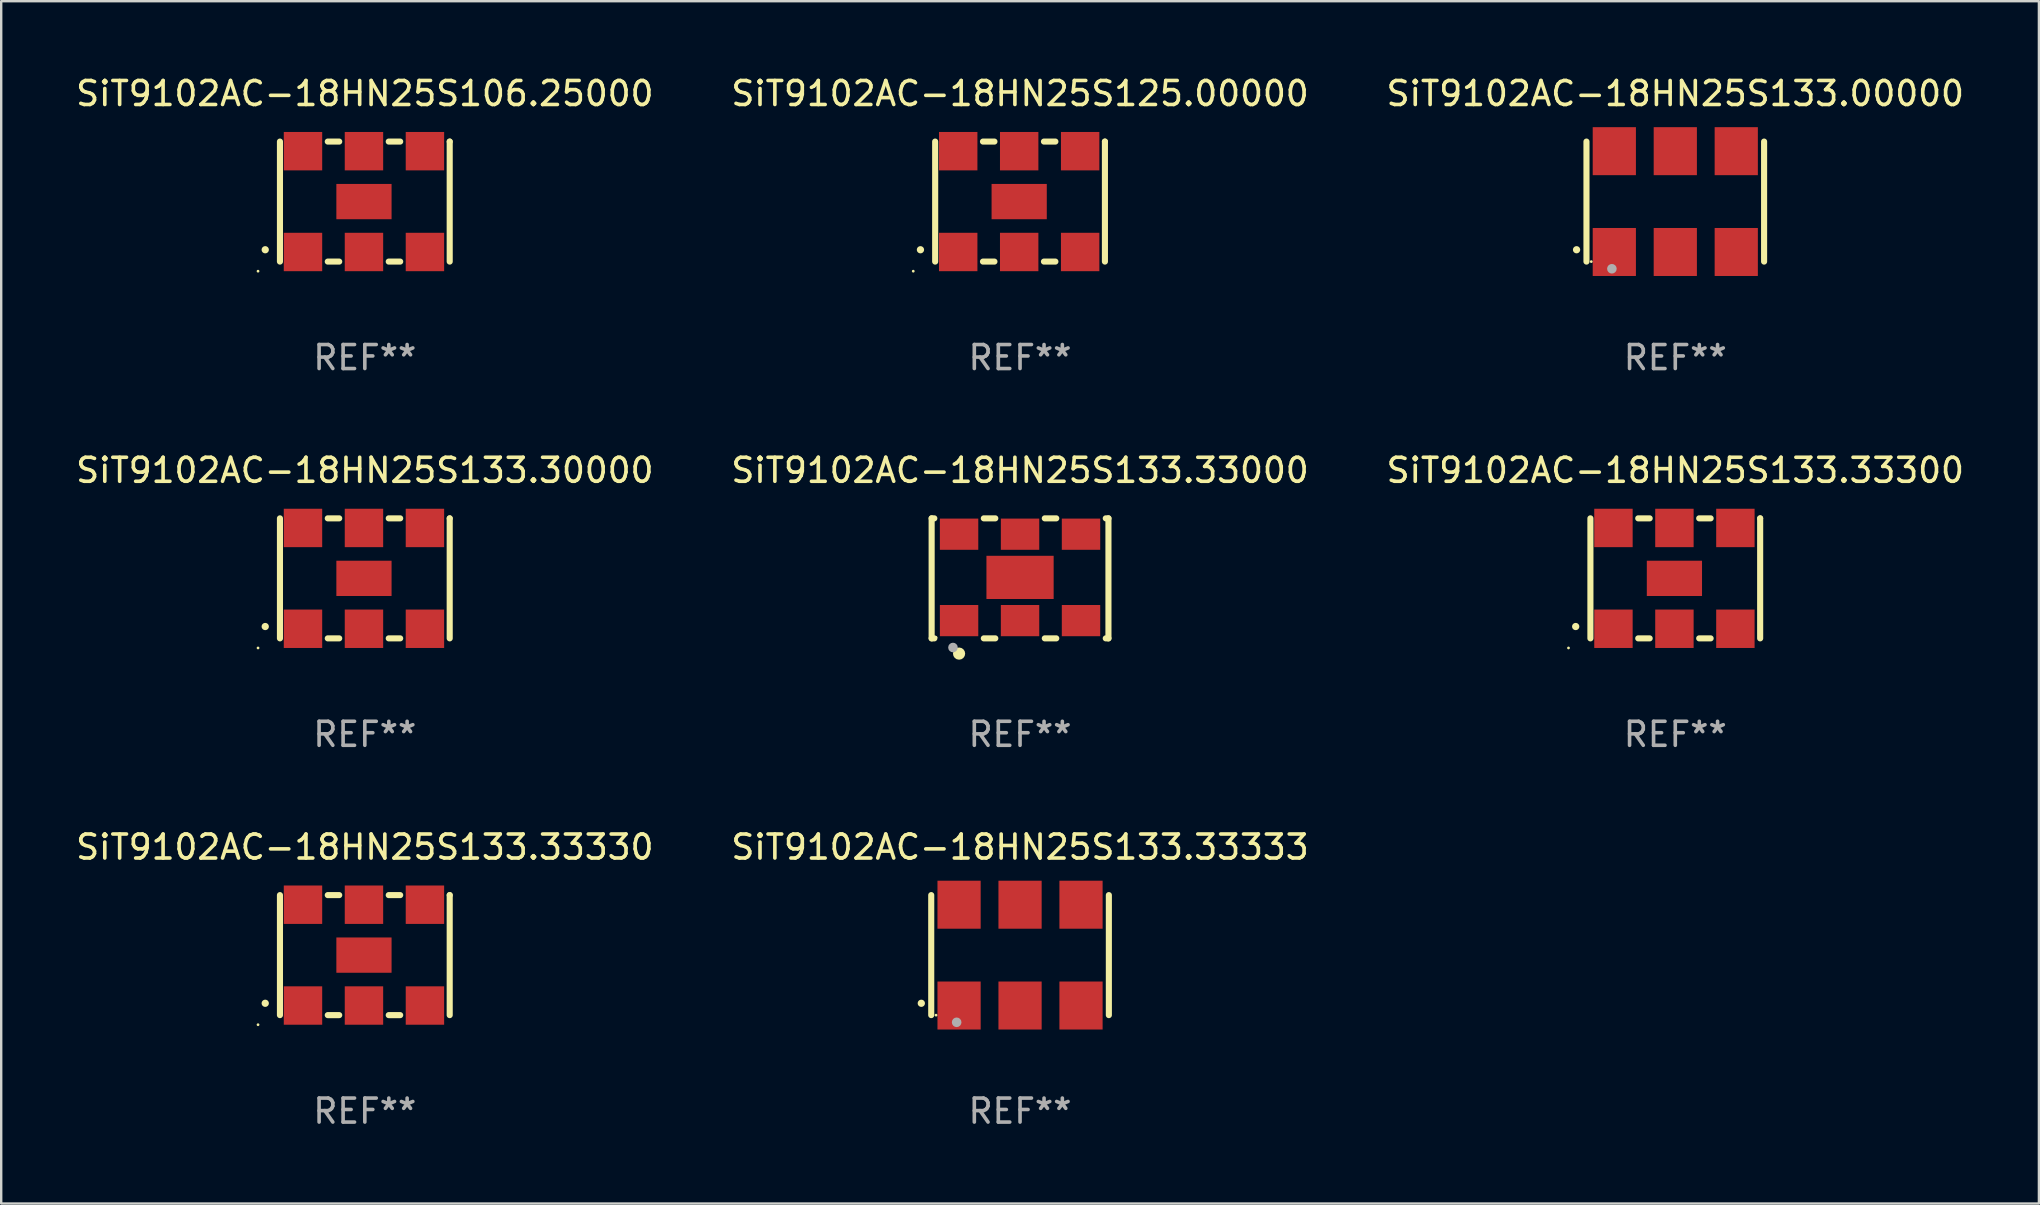
<source format=kicad_pcb>
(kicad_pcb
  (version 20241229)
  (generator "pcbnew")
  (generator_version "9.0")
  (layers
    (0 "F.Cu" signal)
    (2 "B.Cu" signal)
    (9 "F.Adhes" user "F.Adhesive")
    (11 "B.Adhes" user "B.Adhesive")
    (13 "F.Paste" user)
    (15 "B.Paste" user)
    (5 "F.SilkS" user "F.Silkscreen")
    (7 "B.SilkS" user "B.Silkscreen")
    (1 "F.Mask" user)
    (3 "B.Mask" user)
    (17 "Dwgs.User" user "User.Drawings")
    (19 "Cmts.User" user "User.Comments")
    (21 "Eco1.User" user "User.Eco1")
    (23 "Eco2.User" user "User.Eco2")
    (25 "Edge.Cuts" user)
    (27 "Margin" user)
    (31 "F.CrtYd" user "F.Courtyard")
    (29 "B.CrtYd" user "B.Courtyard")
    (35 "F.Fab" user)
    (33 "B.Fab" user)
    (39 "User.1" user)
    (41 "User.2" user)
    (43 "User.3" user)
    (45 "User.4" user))
  (footprint "SiT9102AC-18HN25S133.00000"
    (layer "F.Cu")
    (at 66.744 5.348)
    (property "Reference" "SiT9102AC-18HN25S133.00000" (at 0 -4.5 0) (layer "F.SilkS") (effects (font (size 1 1) (thickness 0.15))))
    (attr through_hole)
    (fp_line (start -3.7 -2.5) (end -3.7 2.5) (stroke (width 0.254) (type solid)) (layer "F.SilkS"))
    (fp_line (start 3.7 -2.5) (end 3.7 2.5) (stroke (width 0.254) (type solid)) (layer "F.SilkS"))
    (fp_arc (start -4.114415 2.006604) (mid -4.113145 2.006599) (end -4.111875 2.006604) (stroke (width 0.3) (type solid)) (layer "F.SilkS"))
    (fp_circle (center -3.5 2.501) (end -3.47 2.501) (stroke (width 0.06) (type solid)) (fill no) (layer "F.SilkS"))
    (fp_circle (center -2.641 2.799) (end -2.541 2.799) (stroke (width 0.2) (type solid)) (fill no) (layer "F.Fab"))
    (fp_text user "REF**" (at 0 6.5 0) (layer "F.Fab") (effects (font (size 1 1) (thickness 0.15))))
    (pad "1" smd rect (at -2.54 2.1) (size 1.8 2) (layers "F.Cu" "F.Mask" "F.Paste"))
    (pad "2" smd rect (at 0.000394 2.1) (size 1.8 2) (layers "F.Cu" "F.Mask" "F.Paste"))
    (pad "3" smd rect (at 2.54 2.1) (size 1.8 2) (layers "F.Cu" "F.Mask" "F.Paste"))
    (pad "4" smd rect (at 2.54 -2.1) (size 1.8 2) (layers "F.Cu" "F.Mask" "F.Paste"))
    (pad "5" smd rect (at 0.000394 -2.1) (size 1.8 2) (layers "F.Cu" "F.Mask" "F.Paste"))
    (pad "6" smd rect (at -2.54 -2.1) (size 1.8 2) (layers "F.Cu" "F.Mask" "F.Paste")))
  (footprint "SiT9102AC-18HN25S133.33333"
    (layer "F.Cu")
    (at 39.446 36.741)
    (property "Reference" "SiT9102AC-18HN25S133.33333" (at 0 -4.5 0) (layer "F.SilkS") (effects (font (size 1 1) (thickness 0.15))))
    (attr through_hole)
    (fp_line (start -3.7 -2.5) (end -3.7 2.5) (stroke (width 0.254) (type solid)) (layer "F.SilkS"))
    (fp_line (start 3.7 -2.5) (end 3.7 2.5) (stroke (width 0.254) (type solid)) (layer "F.SilkS"))
    (fp_arc (start -4.114415 2.006604) (mid -4.113145 2.006599) (end -4.111875 2.006604) (stroke (width 0.3) (type solid)) (layer "F.SilkS"))
    (fp_circle (center -3.5 2.501) (end -3.47 2.501) (stroke (width 0.06) (type solid)) (fill no) (layer "F.SilkS"))
    (fp_circle (center -2.641 2.799) (end -2.541 2.799) (stroke (width 0.2) (type solid)) (fill no) (layer "F.Fab"))
    (fp_text user "REF**" (at 0 6.5 0) (layer "F.Fab") (effects (font (size 1 1) (thickness 0.15))))
    (pad "1" smd rect (at -2.54 2.1) (size 1.8 2) (layers "F.Cu" "F.Mask" "F.Paste"))
    (pad "2" smd rect (at 0.000394 2.1) (size 1.8 2) (layers "F.Cu" "F.Mask" "F.Paste"))
    (pad "3" smd rect (at 2.54 2.1) (size 1.8 2) (layers "F.Cu" "F.Mask" "F.Paste"))
    (pad "4" smd rect (at 2.54 -2.1) (size 1.8 2) (layers "F.Cu" "F.Mask" "F.Paste"))
    (pad "5" smd rect (at 0.000394 -2.1) (size 1.8 2) (layers "F.Cu" "F.Mask" "F.Paste"))
    (pad "6" smd rect (at -2.54 -2.1) (size 1.8 2) (layers "F.Cu" "F.Mask" "F.Paste")))
  (footprint "SiT9102AC-18HN25S133.33300"
    (layer "F.Cu")
    (at 66.744 21.045)
    (property "Reference" "SiT9102AC-18HN25S133.33300" (at 0 -4.5 0) (layer "F.SilkS") (effects (font (size 1 1) (thickness 0.15))))
    (attr through_hole)
    (fp_line (start -3.536 -2.5) (end -3.536 2.5) (stroke (width 0.254) (type solid)) (layer "F.SilkS"))
    (fp_line (start -1.544 2.5) (end -1.067 2.5) (stroke (width 0.254) (type solid)) (layer "F.SilkS"))
    (fp_line (start -1.067 -2.5) (end -1.544 -2.5) (stroke (width 0.254) (type solid)) (layer "F.SilkS"))
    (fp_line (start 0.996 2.5) (end 1.473 2.5) (stroke (width 0.254) (type solid)) (layer "F.SilkS"))
    (fp_line (start 1.473 -2.5) (end 0.996 -2.5) (stroke (width 0.254) (type solid)) (layer "F.SilkS"))
    (fp_line (start 3.536 -2.5) (end 3.536 -2.5) (stroke (width 0.254) (type solid)) (layer "F.SilkS"))
    (fp_line (start 3.536 2.5) (end 3.536 -2.5) (stroke (width 0.254) (type solid)) (layer "F.SilkS"))
    (fp_arc (start -4.150432 2.006604) (mid -4.149162 2.006599) (end -4.147892 2.006604) (stroke (width 0.3) (type solid)) (layer "F.SilkS"))
    (fp_circle (center -4.449 2.9) (end -4.419 2.9) (stroke (width 0.06) (type solid)) (fill no) (layer "F.SilkS"))
    (fp_text user "REF**" (at 0 6.5 0) (layer "F.Fab") (effects (font (size 1 1) (thickness 0.15))))
    (pad "1" smd rect (at -2.576 2.1) (size 1.6 1.6) (layers "F.Cu" "F.Mask" "F.Paste"))
    (pad "2" smd rect (at -0.036 2.1) (size 1.6 1.6) (layers "F.Cu" "F.Mask" "F.Paste"))
    (pad "3" smd rect (at 2.504 2.1) (size 1.6 1.6) (layers "F.Cu" "F.Mask" "F.Paste"))
    (pad "4" smd rect (at 2.504 -2.1) (size 1.6 1.6) (layers "F.Cu" "F.Mask" "F.Paste"))
    (pad "5" smd rect (at -0.036 -2.1) (size 1.6 1.6) (layers "F.Cu" "F.Mask" "F.Paste"))
    (pad "6" smd rect (at -2.576 -2.1) (size 1.6 1.6) (layers "F.Cu" "F.Mask" "F.Paste"))
    (pad "7" smd rect (at -0.036 0) (size 2.3 1.47) (layers "F.Cu" "F.Mask" "F.Paste")))
  (footprint "SiT9102AC-18HN25S133.30000"
    (layer "F.Cu")
    (at 12.149 21.045)
    (property "Reference" "SiT9102AC-18HN25S133.30000" (at 0 -4.5 0) (layer "F.SilkS") (effects (font (size 1 1) (thickness 0.15))))
    (attr through_hole)
    (fp_line (start -3.536 -2.5) (end -3.536 2.5) (stroke (width 0.254) (type solid)) (layer "F.SilkS"))
    (fp_line (start -1.544 2.5) (end -1.067 2.5) (stroke (width 0.254) (type solid)) (layer "F.SilkS"))
    (fp_line (start -1.067 -2.5) (end -1.544 -2.5) (stroke (width 0.254) (type solid)) (layer "F.SilkS"))
    (fp_line (start 0.996 2.5) (end 1.473 2.5) (stroke (width 0.254) (type solid)) (layer "F.SilkS"))
    (fp_line (start 1.473 -2.5) (end 0.996 -2.5) (stroke (width 0.254) (type solid)) (layer "F.SilkS"))
    (fp_line (start 3.536 -2.5) (end 3.536 -2.5) (stroke (width 0.254) (type solid)) (layer "F.SilkS"))
    (fp_line (start 3.536 2.5) (end 3.536 -2.5) (stroke (width 0.254) (type solid)) (layer "F.SilkS"))
    (fp_arc (start -4.150432 2.006604) (mid -4.149162 2.006599) (end -4.147892 2.006604) (stroke (width 0.3) (type solid)) (layer "F.SilkS"))
    (fp_circle (center -4.449 2.9) (end -4.419 2.9) (stroke (width 0.06) (type solid)) (fill no) (layer "F.SilkS"))
    (fp_text user "REF**" (at 0 6.5 0) (layer "F.Fab") (effects (font (size 1 1) (thickness 0.15))))
    (pad "1" smd rect (at -2.576 2.1) (size 1.6 1.6) (layers "F.Cu" "F.Mask" "F.Paste"))
    (pad "2" smd rect (at -0.036 2.1) (size 1.6 1.6) (layers "F.Cu" "F.Mask" "F.Paste"))
    (pad "3" smd rect (at 2.504 2.1) (size 1.6 1.6) (layers "F.Cu" "F.Mask" "F.Paste"))
    (pad "4" smd rect (at 2.504 -2.1) (size 1.6 1.6) (layers "F.Cu" "F.Mask" "F.Paste"))
    (pad "5" smd rect (at -0.036 -2.1) (size 1.6 1.6) (layers "F.Cu" "F.Mask" "F.Paste"))
    (pad "6" smd rect (at -2.576 -2.1) (size 1.6 1.6) (layers "F.Cu" "F.Mask" "F.Paste"))
    (pad "7" smd rect (at -0.036 0) (size 2.3 1.47) (layers "F.Cu" "F.Mask" "F.Paste")))
  (footprint "SiT9102AC-18HN25S133.33000"
    (layer "F.Cu")
    (at 39.446 21.045)
    (property "Reference" "SiT9102AC-18HN25S133.33000" (at 0 -4.5 0) (layer "F.SilkS") (effects (font (size 1 1) (thickness 0.15))))
    (attr through_hole)
    (fp_line (start -3.683 -2.5) (end -3.571 -2.5) (stroke (width 0.254) (type solid)) (layer "F.SilkS"))
    (fp_line (start -3.683 2.5) (end -3.683 -2.5) (stroke (width 0.254) (type solid)) (layer "F.SilkS"))
    (fp_line (start -3.683 2.5) (end -3.571 2.5) (stroke (width 0.254) (type solid)) (layer "F.SilkS"))
    (fp_line (start -1.509 -2.5) (end -1.031 -2.5) (stroke (width 0.254) (type solid)) (layer "F.SilkS"))
    (fp_line (start -1.509 2.5) (end -1.031 2.5) (stroke (width 0.254) (type solid)) (layer "F.SilkS"))
    (fp_line (start 1.031 -2.5) (end 1.509 -2.5) (stroke (width 0.254) (type solid)) (layer "F.SilkS"))
    (fp_line (start 1.031 2.5) (end 1.509 2.5) (stroke (width 0.254) (type solid)) (layer "F.SilkS"))
    (fp_line (start 3.571 -2.5) (end 3.683 -2.5) (stroke (width 0.254) (type solid)) (layer "F.SilkS"))
    (fp_line (start 3.571 2.5) (end 3.683 2.5) (stroke (width 0.254) (type solid)) (layer "F.SilkS"))
    (fp_line (start 3.683 2.5) (end 3.683 -2.5) (stroke (width 0.254) (type solid)) (layer "F.SilkS"))
    (fp_circle (center -3.5 2.46) (end -3.47 2.46) (stroke (width 0.06) (type solid)) (fill no) (layer "F.SilkS"))
    (fp_circle (center -2.54 3.135) (end -2.413 3.135) (stroke (width 0.254) (type solid)) (fill no) (layer "F.SilkS"))
    (fp_circle (center -2.794 2.881) (end -2.694 2.881) (stroke (width 0.2) (type solid)) (fill no) (layer "F.Fab"))
    (fp_text user "REF**" (at 0 6.5 0) (layer "F.Fab") (effects (font (size 1 1) (thickness 0.15))))
    (pad "1" smd rect (at -2.54 1.76) (size 1.6 1.3) (layers "F.Cu" "F.Mask" "F.Paste"))
    (pad "2" smd rect (at 0 1.76) (size 1.6 1.3) (layers "F.Cu" "F.Mask" "F.Paste"))
    (pad "3" smd rect (at 2.54 1.76) (size 1.6 1.3) (layers "F.Cu" "F.Mask" "F.Paste"))
    (pad "4" smd rect (at 2.54 -1.84) (size 1.6 1.3) (layers "F.Cu" "F.Mask" "F.Paste"))
    (pad "5" smd rect (at 0 -1.84) (size 1.6 1.3) (layers "F.Cu" "F.Mask" "F.Paste"))
    (pad "6" smd rect (at -2.54 -1.84) (size 1.6 1.3) (layers "F.Cu" "F.Mask" "F.Paste"))
    (pad "7" smd rect (at 0 -0.04) (size 2.8 1.8) (layers "F.Cu" "F.Mask" "F.Paste")))
  (footprint "SiT9102AC-18HN25S133.33330"
    (layer "F.Cu")
    (at 12.149 36.741)
    (property "Reference" "SiT9102AC-18HN25S133.33330" (at 0 -4.5 0) (layer "F.SilkS") (effects (font (size 1 1) (thickness 0.15))))
    (attr through_hole)
    (fp_line (start -3.536 -2.5) (end -3.536 2.5) (stroke (width 0.254) (type solid)) (layer "F.SilkS"))
    (fp_line (start -1.544 2.5) (end -1.067 2.5) (stroke (width 0.254) (type solid)) (layer "F.SilkS"))
    (fp_line (start -1.067 -2.5) (end -1.544 -2.5) (stroke (width 0.254) (type solid)) (layer "F.SilkS"))
    (fp_line (start 0.996 2.5) (end 1.473 2.5) (stroke (width 0.254) (type solid)) (layer "F.SilkS"))
    (fp_line (start 1.473 -2.5) (end 0.996 -2.5) (stroke (width 0.254) (type solid)) (layer "F.SilkS"))
    (fp_line (start 3.536 -2.5) (end 3.536 -2.5) (stroke (width 0.254) (type solid)) (layer "F.SilkS"))
    (fp_line (start 3.536 2.5) (end 3.536 -2.5) (stroke (width 0.254) (type solid)) (layer "F.SilkS"))
    (fp_arc (start -4.150432 2.006604) (mid -4.149162 2.006599) (end -4.147892 2.006604) (stroke (width 0.3) (type solid)) (layer "F.SilkS"))
    (fp_circle (center -4.449 2.9) (end -4.419 2.9) (stroke (width 0.06) (type solid)) (fill no) (layer "F.SilkS"))
    (fp_text user "REF**" (at 0 6.5 0) (layer "F.Fab") (effects (font (size 1 1) (thickness 0.15))))
    (pad "1" smd rect (at -2.576 2.1) (size 1.6 1.6) (layers "F.Cu" "F.Mask" "F.Paste"))
    (pad "2" smd rect (at -0.036 2.1) (size 1.6 1.6) (layers "F.Cu" "F.Mask" "F.Paste"))
    (pad "3" smd rect (at 2.504 2.1) (size 1.6 1.6) (layers "F.Cu" "F.Mask" "F.Paste"))
    (pad "4" smd rect (at 2.504 -2.1) (size 1.6 1.6) (layers "F.Cu" "F.Mask" "F.Paste"))
    (pad "5" smd rect (at -0.036 -2.1) (size 1.6 1.6) (layers "F.Cu" "F.Mask" "F.Paste"))
    (pad "6" smd rect (at -2.576 -2.1) (size 1.6 1.6) (layers "F.Cu" "F.Mask" "F.Paste"))
    (pad "7" smd rect (at -0.036 0) (size 2.3 1.47) (layers "F.Cu" "F.Mask" "F.Paste")))
  (footprint "SiT9102AC-18HN25S106.25000"
    (layer "F.Cu")
    (at 12.149 5.348)
    (property "Reference" "SiT9102AC-18HN25S106.25000" (at 0 -4.5 0) (layer "F.SilkS") (effects (font (size 1 1) (thickness 0.15))))
    (attr through_hole)
    (fp_line (start -3.536 -2.5) (end -3.536 2.5) (stroke (width 0.254) (type solid)) (layer "F.SilkS"))
    (fp_line (start -1.544 2.5) (end -1.067 2.5) (stroke (width 0.254) (type solid)) (layer "F.SilkS"))
    (fp_line (start -1.067 -2.5) (end -1.544 -2.5) (stroke (width 0.254) (type solid)) (layer "F.SilkS"))
    (fp_line (start 0.996 2.5) (end 1.473 2.5) (stroke (width 0.254) (type solid)) (layer "F.SilkS"))
    (fp_line (start 1.473 -2.5) (end 0.996 -2.5) (stroke (width 0.254) (type solid)) (layer "F.SilkS"))
    (fp_line (start 3.536 -2.5) (end 3.536 -2.5) (stroke (width 0.254) (type solid)) (layer "F.SilkS"))
    (fp_line (start 3.536 2.5) (end 3.536 -2.5) (stroke (width 0.254) (type solid)) (layer "F.SilkS"))
    (fp_arc (start -4.150432 2.006604) (mid -4.149162 2.006599) (end -4.147892 2.006604) (stroke (width 0.3) (type solid)) (layer "F.SilkS"))
    (fp_circle (center -4.449 2.9) (end -4.419 2.9) (stroke (width 0.06) (type solid)) (fill no) (layer "F.SilkS"))
    (fp_text user "REF**" (at 0 6.5 0) (layer "F.Fab") (effects (font (size 1 1) (thickness 0.15))))
    (pad "1" smd rect (at -2.576 2.1) (size 1.6 1.6) (layers "F.Cu" "F.Mask" "F.Paste"))
    (pad "2" smd rect (at -0.036 2.1) (size 1.6 1.6) (layers "F.Cu" "F.Mask" "F.Paste"))
    (pad "3" smd rect (at 2.504 2.1) (size 1.6 1.6) (layers "F.Cu" "F.Mask" "F.Paste"))
    (pad "4" smd rect (at 2.504 -2.1) (size 1.6 1.6) (layers "F.Cu" "F.Mask" "F.Paste"))
    (pad "5" smd rect (at -0.036 -2.1) (size 1.6 1.6) (layers "F.Cu" "F.Mask" "F.Paste"))
    (pad "6" smd rect (at -2.576 -2.1) (size 1.6 1.6) (layers "F.Cu" "F.Mask" "F.Paste"))
    (pad "7" smd rect (at -0.036 0) (size 2.3 1.47) (layers "F.Cu" "F.Mask" "F.Paste")))
  (footprint "SiT9102AC-18HN25S125.00000"
    (layer "F.Cu")
    (at 39.446 5.348)
    (property "Reference" "SiT9102AC-18HN25S125.00000" (at 0 -4.5 0) (layer "F.SilkS") (effects (font (size 1 1) (thickness 0.15))))
    (attr through_hole)
    (fp_line (start -3.536 -2.5) (end -3.536 2.5) (stroke (width 0.254) (type solid)) (layer "F.SilkS"))
    (fp_line (start -1.544 2.5) (end -1.067 2.5) (stroke (width 0.254) (type solid)) (layer "F.SilkS"))
    (fp_line (start -1.067 -2.5) (end -1.544 -2.5) (stroke (width 0.254) (type solid)) (layer "F.SilkS"))
    (fp_line (start 0.996 2.5) (end 1.473 2.5) (stroke (width 0.254) (type solid)) (layer "F.SilkS"))
    (fp_line (start 1.473 -2.5) (end 0.996 -2.5) (stroke (width 0.254) (type solid)) (layer "F.SilkS"))
    (fp_line (start 3.536 -2.5) (end 3.536 -2.5) (stroke (width 0.254) (type solid)) (layer "F.SilkS"))
    (fp_line (start 3.536 2.5) (end 3.536 -2.5) (stroke (width 0.254) (type solid)) (layer "F.SilkS"))
    (fp_arc (start -4.150432 2.006604) (mid -4.149162 2.006599) (end -4.147892 2.006604) (stroke (width 0.3) (type solid)) (layer "F.SilkS"))
    (fp_circle (center -4.449 2.9) (end -4.419 2.9) (stroke (width 0.06) (type solid)) (fill no) (layer "F.SilkS"))
    (fp_text user "REF**" (at 0 6.5 0) (layer "F.Fab") (effects (font (size 1 1) (thickness 0.15))))
    (pad "1" smd rect (at -2.576 2.1) (size 1.6 1.6) (layers "F.Cu" "F.Mask" "F.Paste"))
    (pad "2" smd rect (at -0.036 2.1) (size 1.6 1.6) (layers "F.Cu" "F.Mask" "F.Paste"))
    (pad "3" smd rect (at 2.504 2.1) (size 1.6 1.6) (layers "F.Cu" "F.Mask" "F.Paste"))
    (pad "4" smd rect (at 2.504 -2.1) (size 1.6 1.6) (layers "F.Cu" "F.Mask" "F.Paste"))
    (pad "5" smd rect (at -0.036 -2.1) (size 1.6 1.6) (layers "F.Cu" "F.Mask" "F.Paste"))
    (pad "6" smd rect (at -2.576 -2.1) (size 1.6 1.6) (layers "F.Cu" "F.Mask" "F.Paste"))
    (pad "7" smd rect (at -0.036 0) (size 2.3 1.47) (layers "F.Cu" "F.Mask" "F.Paste")))
  (gr_rect
    (start -3 -3)
    (end 81.893 47.09)
    (stroke (width 0.1) (type default))
    (fill no)
    (layer "Edge.Cuts")))
</source>
